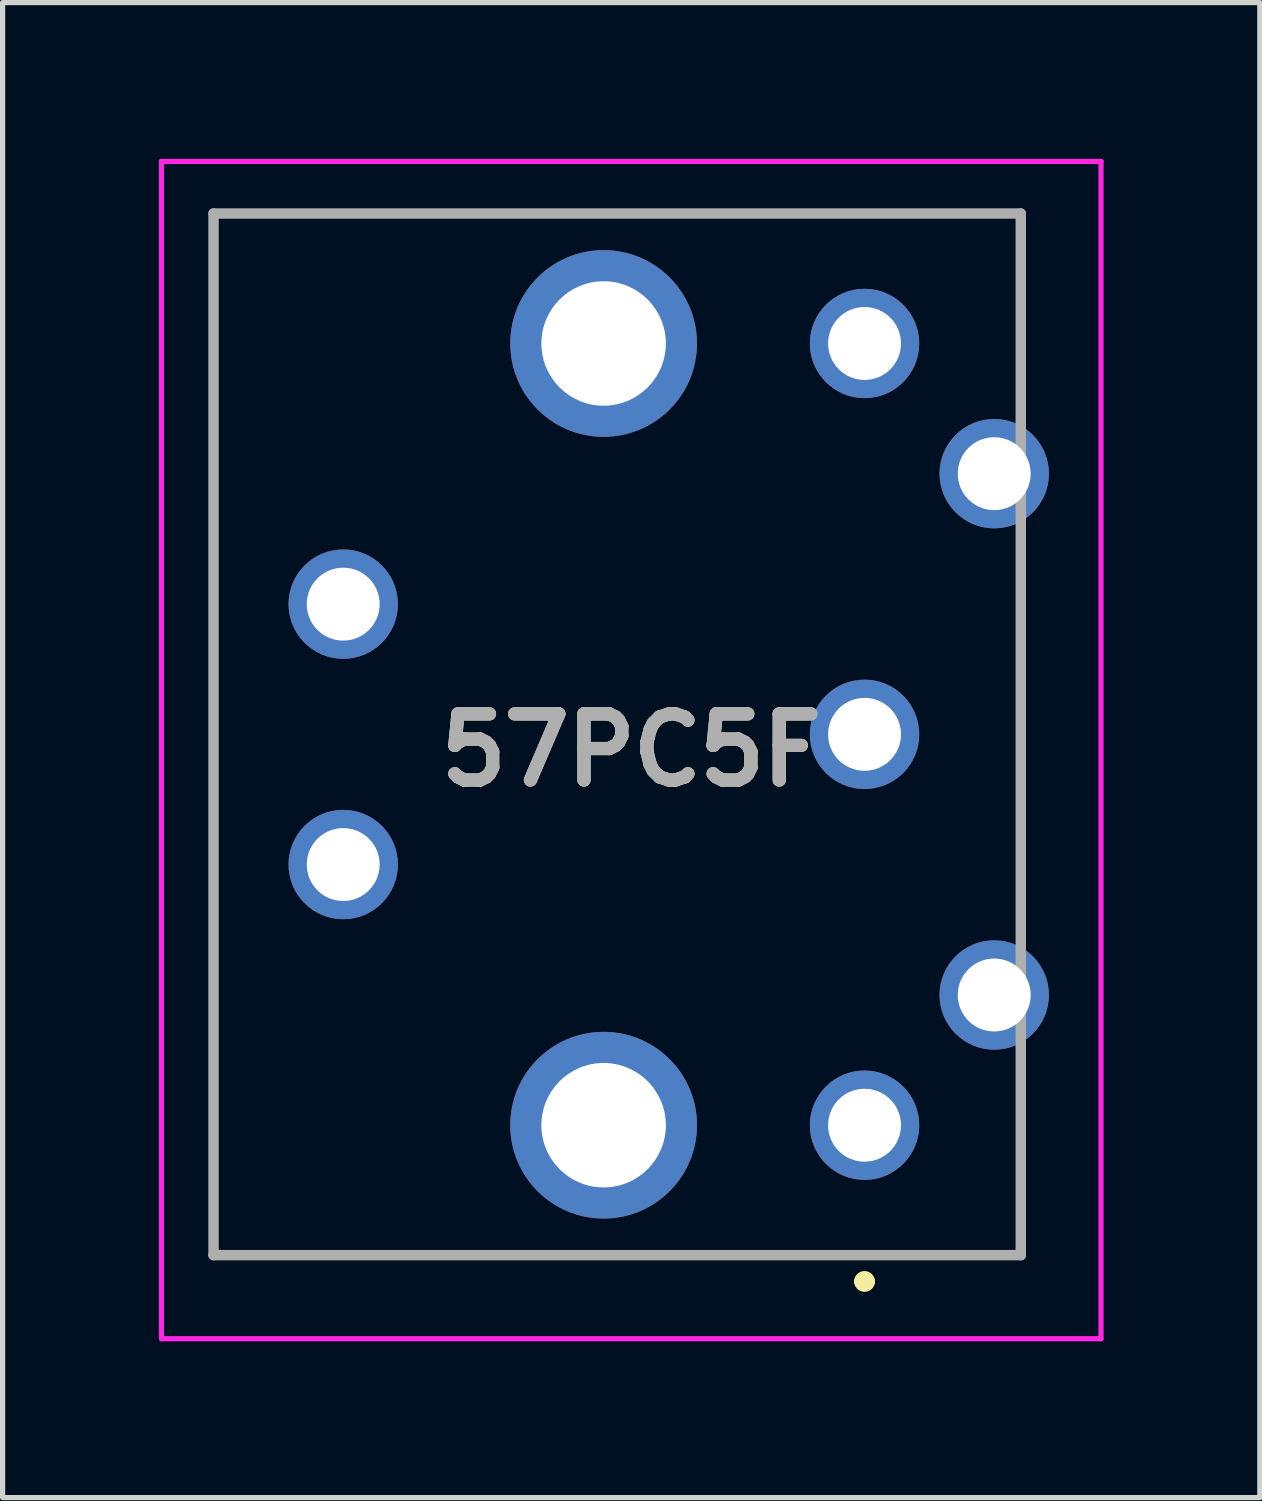
<source format=kicad_pcb>
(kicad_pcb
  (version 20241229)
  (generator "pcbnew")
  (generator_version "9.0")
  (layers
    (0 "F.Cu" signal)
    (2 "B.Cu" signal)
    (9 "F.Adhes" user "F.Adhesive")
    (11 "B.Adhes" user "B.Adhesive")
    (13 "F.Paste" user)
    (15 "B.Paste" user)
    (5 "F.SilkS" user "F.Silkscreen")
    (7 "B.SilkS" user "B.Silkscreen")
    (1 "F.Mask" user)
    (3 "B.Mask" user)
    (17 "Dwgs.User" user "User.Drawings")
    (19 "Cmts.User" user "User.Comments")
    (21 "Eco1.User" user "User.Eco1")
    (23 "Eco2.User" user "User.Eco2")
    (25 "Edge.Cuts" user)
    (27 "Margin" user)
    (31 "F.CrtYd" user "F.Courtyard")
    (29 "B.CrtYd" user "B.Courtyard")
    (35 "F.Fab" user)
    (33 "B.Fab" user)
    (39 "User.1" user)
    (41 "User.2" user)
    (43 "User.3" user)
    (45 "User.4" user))
  (footprint "57PC5F"
    (layer "F.Cu")
    (at 13.55 18.555)
    (property "Reference" "57PC5F" (at -4.48 -7.202 0) (layer "F.SilkS") (effects (font (size 1.27 1.27) (thickness 0.254))))
    (attr through_hole)
    (fp_line (start -12.5 -17.505) (end -12.5 2.495) (stroke (width 0.1) (type solid)) (layer "F.SilkS"))
    (fp_line (start -12.5 2.495) (end 3 2.495) (stroke (width 0.1) (type solid)) (layer "F.SilkS"))
    (fp_line (start -0.1 3) (end -0.1 3) (stroke (width 0.2) (type solid)) (layer "F.SilkS"))
    (fp_line (start 0.1 3) (end 0.1 3) (stroke (width 0.2) (type solid)) (layer "F.SilkS"))
    (fp_line (start 3 -17.505) (end -12.5 -17.505) (stroke (width 0.1) (type solid)) (layer "F.SilkS"))
    (fp_line (start 3 -15.01) (end 3 -17.505) (stroke (width 0.1) (type solid)) (layer "F.SilkS"))
    (fp_line (start 3 2.495) (end 3 -0.005) (stroke (width 0.1) (type solid)) (layer "F.SilkS"))
    (fp_arc (start -0.1 3) (mid 0 2.9) (end 0.1 3) (stroke (width 0.2) (type solid)) (layer "F.SilkS"))
    (fp_arc (start 0.1 3) (mid 0 3.1) (end -0.1 3) (stroke (width 0.2) (type solid)) (layer "F.SilkS"))
    (fp_line (start -13.5 -18.505) (end 4.54 -18.505) (stroke (width 0.1) (type solid)) (layer "F.CrtYd"))
    (fp_line (start -13.5 4.1) (end -13.5 -18.505) (stroke (width 0.1) (type solid)) (layer "F.CrtYd"))
    (fp_line (start 4.54 -18.505) (end 4.54 4.1) (stroke (width 0.1) (type solid)) (layer "F.CrtYd"))
    (fp_line (start 4.54 4.1) (end -13.5 4.1) (stroke (width 0.1) (type solid)) (layer "F.CrtYd"))
    (fp_line (start -12.5 -17.505) (end 3 -17.505) (stroke (width 0.2) (type solid)) (layer "F.Fab"))
    (fp_line (start -12.5 2.495) (end -12.5 -17.505) (stroke (width 0.2) (type solid)) (layer "F.Fab"))
    (fp_line (start 3 -17.505) (end 3 2.495) (stroke (width 0.2) (type solid)) (layer "F.Fab"))
    (fp_line (start 3 2.495) (end -12.5 2.495) (stroke (width 0.2) (type solid)) (layer "F.Fab"))
    (fp_text user "${REFERENCE}" (at -4.48 -7.202 0) (layer "F.Fab") (effects (font (size 1.27 1.27) (thickness 0.254))))
    (pad "1" thru_hole circle (at 0 0) (size 2.1 2.1) (drill 1.4) (layers "*.Cu" "*.Mask"))
    (pad "2" thru_hole circle (at 0 -7.505) (size 2.1 2.1) (drill 1.4) (layers "*.Cu" "*.Mask"))
    (pad "3" thru_hole circle (at 0 -15.01) (size 2.1 2.1) (drill 1.4) (layers "*.Cu" "*.Mask"))
    (pad "4" thru_hole circle (at 2.49 -2.5) (size 2.1 2.1) (drill 1.4) (layers "*.Cu" "*.Mask"))
    (pad "5" thru_hole circle (at 2.49 -12.51) (size 2.1 2.1) (drill 1.4) (layers "*.Cu" "*.Mask"))
    (pad "6" thru_hole circle (at -10.01 -5.005) (size 2.1 2.1) (drill 1.4) (layers "*.Cu" "*.Mask"))
    (pad "7" thru_hole circle (at -10.01 -10.005) (size 2.1 2.1) (drill 1.4) (layers "*.Cu" "*.Mask"))
    (pad "MH1" thru_hole circle (at -5.01 0) (size 3.585 3.585) (drill 2.39) (layers "*.Cu" "*.Mask"))
    (pad "MH2" thru_hole circle (at -5.01 -15.01) (size 3.585 3.585) (drill 2.39) (layers "*.Cu" "*.Mask")))
  (gr_rect
    (start -3 -3)
    (end 21.14 25.705)
    (stroke (width 0.1) (type default))
    (fill no)
    (layer "Edge.Cuts")))
</source>
